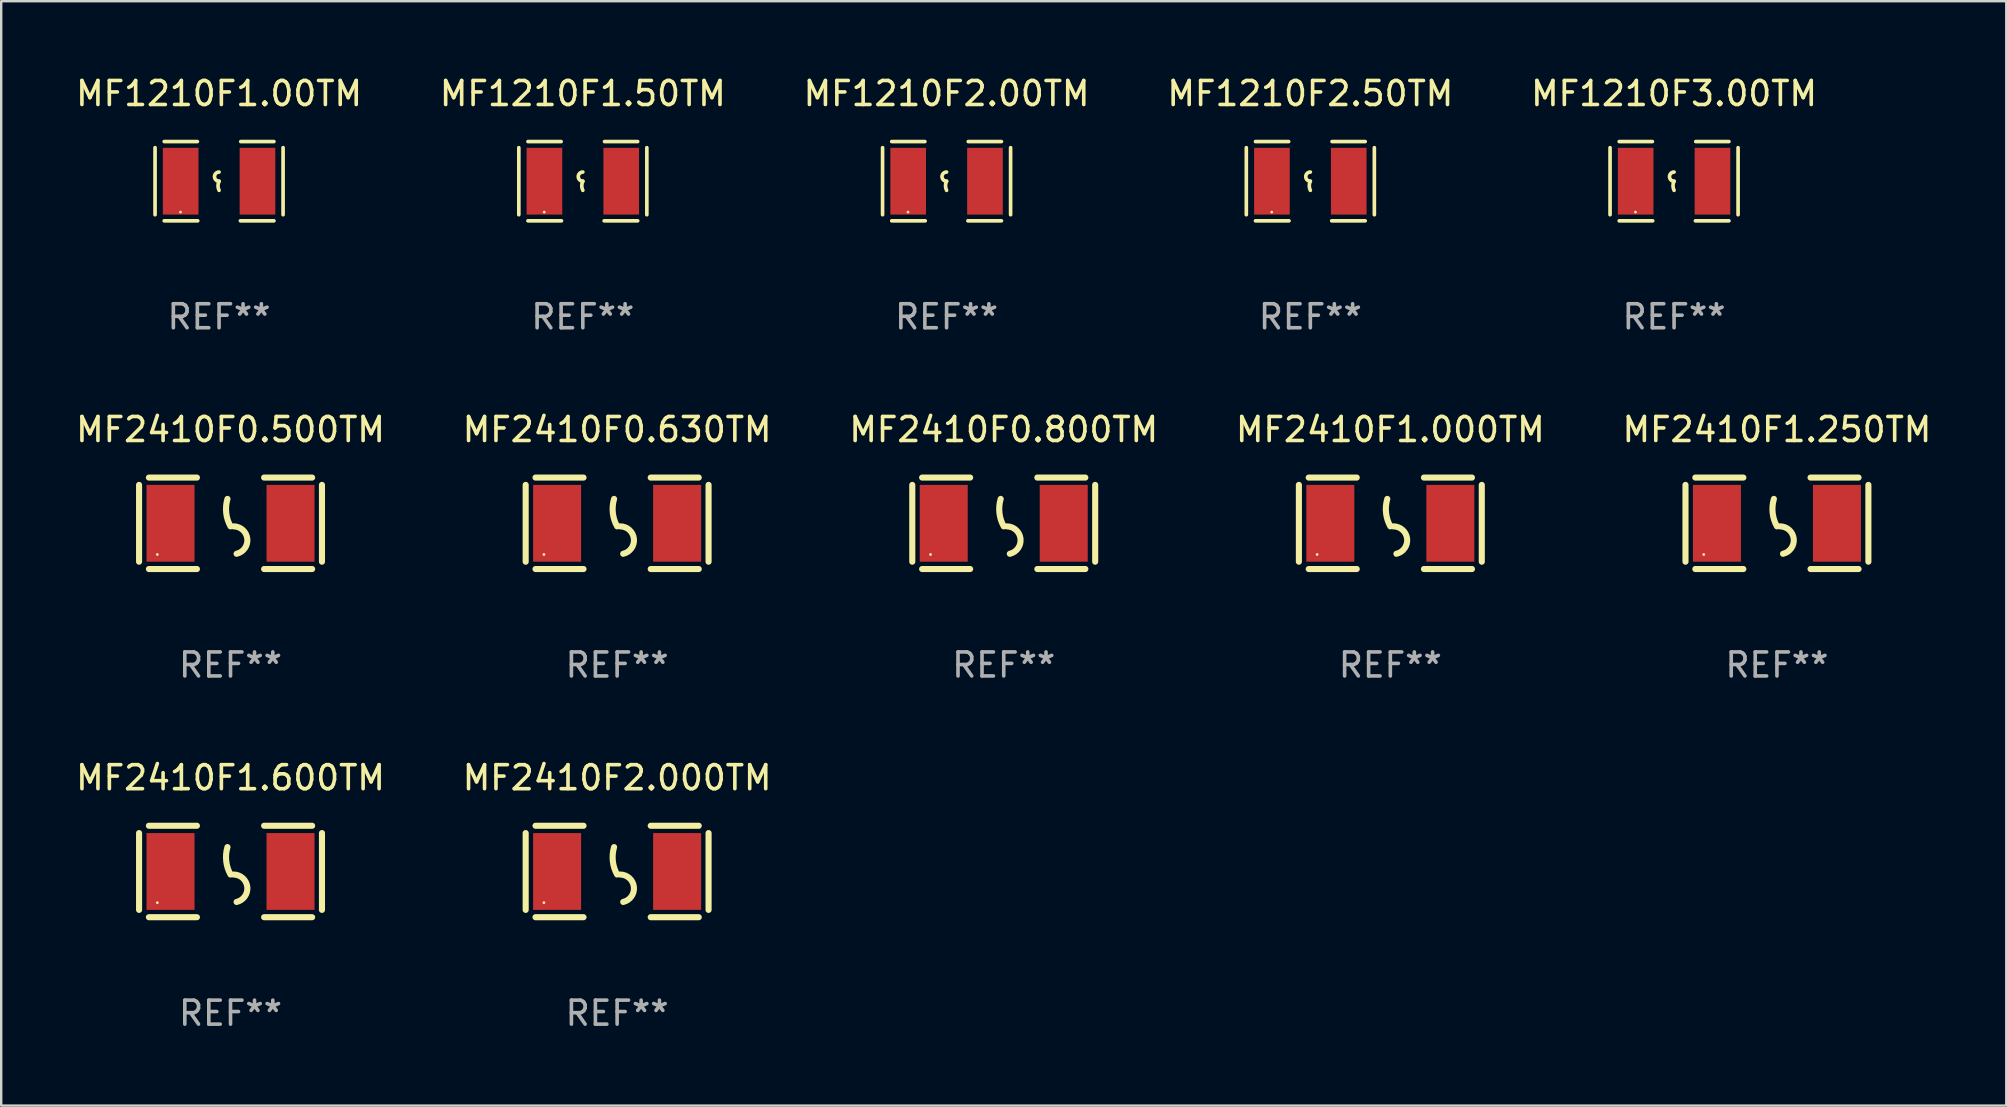
<source format=kicad_pcb>
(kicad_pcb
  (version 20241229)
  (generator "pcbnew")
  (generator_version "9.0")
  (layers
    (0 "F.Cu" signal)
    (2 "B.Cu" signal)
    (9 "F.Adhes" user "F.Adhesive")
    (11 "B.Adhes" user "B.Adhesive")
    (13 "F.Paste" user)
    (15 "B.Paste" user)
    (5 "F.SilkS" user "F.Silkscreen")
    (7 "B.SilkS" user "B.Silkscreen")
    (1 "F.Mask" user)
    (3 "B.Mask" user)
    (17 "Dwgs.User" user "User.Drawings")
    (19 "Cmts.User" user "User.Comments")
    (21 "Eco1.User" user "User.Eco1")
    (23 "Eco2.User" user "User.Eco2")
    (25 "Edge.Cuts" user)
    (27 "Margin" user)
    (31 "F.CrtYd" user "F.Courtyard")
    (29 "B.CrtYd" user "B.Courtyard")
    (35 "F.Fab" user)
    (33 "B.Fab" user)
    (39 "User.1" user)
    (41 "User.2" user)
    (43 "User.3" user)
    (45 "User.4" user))
  (footprint "MF2410F1.000TM"
    (layer "F.Cu")
    (at 54.875 18.752)
    (property "Reference" "MF2410F1.000TM" (at 0 -3.905 0) (layer "F.SilkS") (effects (font (size 1 1) (thickness 0.15))))
    (attr through_hole)
    (fp_line (start -3.81 -1.6) (end -3.81 1.6) (stroke (width 0.254) (type solid)) (layer "F.SilkS"))
    (fp_line (start -3.4 -1.905) (end -1.4 -1.905) (stroke (width 0.254) (type solid)) (layer "F.SilkS"))
    (fp_line (start -3.4 1.905) (end -1.4 1.905) (stroke (width 0.254) (type solid)) (layer "F.SilkS"))
    (fp_line (start 1.4 -1.905) (end 3.4 -1.905) (stroke (width 0.254) (type solid)) (layer "F.SilkS"))
    (fp_line (start 1.4 1.905) (end 3.4 1.905) (stroke (width 0.254) (type solid)) (layer "F.SilkS"))
    (fp_line (start 3.81 -1.6) (end 3.81 1.6) (stroke (width 0.254) (type solid)) (layer "F.SilkS"))
    (fp_arc (start 0 0.127) (mid -0.178599 -0.431712) (end -0.127 -1.016002) (stroke (width 0.254001) (type solid)) (layer "F.SilkS"))
    (fp_arc (start 0.126999 0.127) (mid 0.698883 0.642014) (end 0.254001 1.270003) (stroke (width 0.254001) (type solid)) (layer "F.SilkS"))
    (fp_circle (center -3.05 1.3) (end -3.02 1.3) (stroke (width 0.06) (type solid)) (fill no) (layer "F.SilkS"))
    (fp_text user "REF**" (at 0 5.905 0) (layer "F.Fab") (effects (font (size 1 1) (thickness 0.15))))
    (pad "1" smd rect (at -2.5 0) (size 2 3.2) (layers "F.Cu" "F.Mask" "F.Paste"))
    (pad "2" smd rect (at 2.5 0) (size 2 3.2) (layers "F.Cu" "F.Mask" "F.Paste")))
  (footprint "MF2410F0.630TM"
    (layer "F.Cu")
    (at 22.661 18.752)
    (property "Reference" "MF2410F0.630TM" (at 0 -3.905 0) (layer "F.SilkS") (effects (font (size 1 1) (thickness 0.15))))
    (attr through_hole)
    (fp_line (start -3.81 -1.6) (end -3.81 1.6) (stroke (width 0.254) (type solid)) (layer "F.SilkS"))
    (fp_line (start -3.4 -1.905) (end -1.4 -1.905) (stroke (width 0.254) (type solid)) (layer "F.SilkS"))
    (fp_line (start -3.4 1.905) (end -1.4 1.905) (stroke (width 0.254) (type solid)) (layer "F.SilkS"))
    (fp_line (start 1.4 -1.905) (end 3.4 -1.905) (stroke (width 0.254) (type solid)) (layer "F.SilkS"))
    (fp_line (start 1.4 1.905) (end 3.4 1.905) (stroke (width 0.254) (type solid)) (layer "F.SilkS"))
    (fp_line (start 3.81 -1.6) (end 3.81 1.6) (stroke (width 0.254) (type solid)) (layer "F.SilkS"))
    (fp_arc (start 0 0.127) (mid -0.178599 -0.431712) (end -0.127 -1.016002) (stroke (width 0.254001) (type solid)) (layer "F.SilkS"))
    (fp_arc (start 0.126999 0.127) (mid 0.698883 0.642014) (end 0.254001 1.270003) (stroke (width 0.254001) (type solid)) (layer "F.SilkS"))
    (fp_circle (center -3.05 1.3) (end -3.02 1.3) (stroke (width 0.06) (type solid)) (fill no) (layer "F.SilkS"))
    (fp_text user "REF**" (at 0 5.905 0) (layer "F.Fab") (effects (font (size 1 1) (thickness 0.15))))
    (pad "1" smd rect (at -2.5 0) (size 2 3.2) (layers "F.Cu" "F.Mask" "F.Paste"))
    (pad "2" smd rect (at 2.5 0) (size 2 3.2) (layers "F.Cu" "F.Mask" "F.Paste")))
  (footprint "MF1210F2.00TM"
    (layer "F.Cu")
    (at 36.387 4.499)
    (property "Reference" "MF1210F2.00TM" (at 0 -3.651 0) (layer "F.SilkS") (effects (font (size 1 1) (thickness 0.15))))
    (attr through_hole)
    (fp_line (start -2.667 -1.397) (end -2.667 1.397) (stroke (width 0.152) (type solid)) (layer "F.SilkS"))
    (fp_line (start -2.286 -1.651) (end -0.903 -1.651) (stroke (width 0.152) (type solid)) (layer "F.SilkS"))
    (fp_line (start -0.889 1.651) (end -2.286 1.651) (stroke (width 0.152) (type solid)) (layer "F.SilkS"))
    (fp_line (start 0.889 1.651) (end 2.286 1.651) (stroke (width 0.152) (type solid)) (layer "F.SilkS"))
    (fp_line (start 2.286 -1.651) (end 0.903 -1.651) (stroke (width 0.152) (type solid)) (layer "F.SilkS"))
    (fp_line (start 2.667 -1.397) (end 2.667 1.397) (stroke (width 0.152) (type solid)) (layer "F.SilkS"))
    (fp_arc (start 0 0) (mid -0.1905 -0.1905) (end 0 -0.381) (stroke (width 0.151994) (type solid)) (layer "F.SilkS"))
    (fp_arc (start 0 0.381001) (mid -0.044971 0.1905) (end 0 0) (stroke (width 0.151994) (type solid)) (layer "F.SilkS"))
    (fp_circle (center -1.608 1.288) (end -1.578 1.288) (stroke (width 0.06) (type solid)) (fill no) (layer "F.SilkS"))
    (fp_text user "REF**" (at 0 5.651 0) (layer "F.Fab") (effects (font (size 1 1) (thickness 0.15))))
    (pad "1" smd rect (at -1.6 0) (size 1.485 2.781) (layers "F.Cu" "F.Mask" "F.Paste"))
    (pad "2" smd rect (at 1.6 0) (size 1.485 2.781) (layers "F.Cu" "F.Mask" "F.Paste")))
  (footprint "MF1210F2.50TM"
    (layer "F.Cu")
    (at 51.542 4.499)
    (property "Reference" "MF1210F2.50TM" (at 0 -3.651 0) (layer "F.SilkS") (effects (font (size 1 1) (thickness 0.15))))
    (attr through_hole)
    (fp_line (start -2.667 -1.397) (end -2.667 1.397) (stroke (width 0.152) (type solid)) (layer "F.SilkS"))
    (fp_line (start -2.286 -1.651) (end -0.903 -1.651) (stroke (width 0.152) (type solid)) (layer "F.SilkS"))
    (fp_line (start -0.889 1.651) (end -2.286 1.651) (stroke (width 0.152) (type solid)) (layer "F.SilkS"))
    (fp_line (start 0.889 1.651) (end 2.286 1.651) (stroke (width 0.152) (type solid)) (layer "F.SilkS"))
    (fp_line (start 2.286 -1.651) (end 0.903 -1.651) (stroke (width 0.152) (type solid)) (layer "F.SilkS"))
    (fp_line (start 2.667 -1.397) (end 2.667 1.397) (stroke (width 0.152) (type solid)) (layer "F.SilkS"))
    (fp_arc (start 0 0) (mid -0.1905 -0.1905) (end 0 -0.381) (stroke (width 0.151994) (type solid)) (layer "F.SilkS"))
    (fp_arc (start 0 0.381001) (mid -0.044971 0.1905) (end 0 0) (stroke (width 0.151994) (type solid)) (layer "F.SilkS"))
    (fp_circle (center -1.608 1.288) (end -1.578 1.288) (stroke (width 0.06) (type solid)) (fill no) (layer "F.SilkS"))
    (fp_text user "REF**" (at 0 5.651 0) (layer "F.Fab") (effects (font (size 1 1) (thickness 0.15))))
    (pad "1" smd rect (at -1.6 0) (size 1.485 2.781) (layers "F.Cu" "F.Mask" "F.Paste"))
    (pad "2" smd rect (at 1.6 0) (size 1.485 2.781) (layers "F.Cu" "F.Mask" "F.Paste")))
  (footprint "MF1210F3.00TM"
    (layer "F.Cu")
    (at 66.696 4.499)
    (property "Reference" "MF1210F3.00TM" (at 0 -3.651 0) (layer "F.SilkS") (effects (font (size 1 1) (thickness 0.15))))
    (attr through_hole)
    (fp_line (start -2.667 -1.397) (end -2.667 1.397) (stroke (width 0.152) (type solid)) (layer "F.SilkS"))
    (fp_line (start -2.286 -1.651) (end -0.903 -1.651) (stroke (width 0.152) (type solid)) (layer "F.SilkS"))
    (fp_line (start -0.889 1.651) (end -2.286 1.651) (stroke (width 0.152) (type solid)) (layer "F.SilkS"))
    (fp_line (start 0.889 1.651) (end 2.286 1.651) (stroke (width 0.152) (type solid)) (layer "F.SilkS"))
    (fp_line (start 2.286 -1.651) (end 0.903 -1.651) (stroke (width 0.152) (type solid)) (layer "F.SilkS"))
    (fp_line (start 2.667 -1.397) (end 2.667 1.397) (stroke (width 0.152) (type solid)) (layer "F.SilkS"))
    (fp_arc (start 0 0) (mid -0.1905 -0.1905) (end 0 -0.381) (stroke (width 0.151994) (type solid)) (layer "F.SilkS"))
    (fp_arc (start 0 0.381001) (mid -0.044971 0.1905) (end 0 0) (stroke (width 0.151994) (type solid)) (layer "F.SilkS"))
    (fp_circle (center -1.608 1.288) (end -1.578 1.288) (stroke (width 0.06) (type solid)) (fill no) (layer "F.SilkS"))
    (fp_text user "REF**" (at 0 5.651 0) (layer "F.Fab") (effects (font (size 1 1) (thickness 0.15))))
    (pad "1" smd rect (at -1.6 0) (size 1.485 2.781) (layers "F.Cu" "F.Mask" "F.Paste"))
    (pad "2" smd rect (at 1.6 0) (size 1.485 2.781) (layers "F.Cu" "F.Mask" "F.Paste")))
  (footprint "MF1210F1.50TM"
    (layer "F.Cu")
    (at 21.232 4.499)
    (property "Reference" "MF1210F1.50TM" (at 0 -3.651 0) (layer "F.SilkS") (effects (font (size 1 1) (thickness 0.15))))
    (attr through_hole)
    (fp_line (start -2.667 -1.397) (end -2.667 1.397) (stroke (width 0.152) (type solid)) (layer "F.SilkS"))
    (fp_line (start -2.286 -1.651) (end -0.903 -1.651) (stroke (width 0.152) (type solid)) (layer "F.SilkS"))
    (fp_line (start -0.889 1.651) (end -2.286 1.651) (stroke (width 0.152) (type solid)) (layer "F.SilkS"))
    (fp_line (start 0.889 1.651) (end 2.286 1.651) (stroke (width 0.152) (type solid)) (layer "F.SilkS"))
    (fp_line (start 2.286 -1.651) (end 0.903 -1.651) (stroke (width 0.152) (type solid)) (layer "F.SilkS"))
    (fp_line (start 2.667 -1.397) (end 2.667 1.397) (stroke (width 0.152) (type solid)) (layer "F.SilkS"))
    (fp_arc (start 0 0) (mid -0.1905 -0.1905) (end 0 -0.381) (stroke (width 0.151994) (type solid)) (layer "F.SilkS"))
    (fp_arc (start 0 0.381001) (mid -0.044971 0.1905) (end 0 0) (stroke (width 0.151994) (type solid)) (layer "F.SilkS"))
    (fp_circle (center -1.608 1.288) (end -1.578 1.288) (stroke (width 0.06) (type solid)) (fill no) (layer "F.SilkS"))
    (fp_text user "REF**" (at 0 5.651 0) (layer "F.Fab") (effects (font (size 1 1) (thickness 0.15))))
    (pad "1" smd rect (at -1.6 0) (size 1.485 2.781) (layers "F.Cu" "F.Mask" "F.Paste"))
    (pad "2" smd rect (at 1.6 0) (size 1.485 2.781) (layers "F.Cu" "F.Mask" "F.Paste")))
  (footprint "MF2410F1.250TM"
    (layer "F.Cu")
    (at 70.982 18.752)
    (property "Reference" "MF2410F1.250TM" (at 0 -3.905 0) (layer "F.SilkS") (effects (font (size 1 1) (thickness 0.15))))
    (attr through_hole)
    (fp_line (start -3.81 -1.6) (end -3.81 1.6) (stroke (width 0.254) (type solid)) (layer "F.SilkS"))
    (fp_line (start -3.4 -1.905) (end -1.4 -1.905) (stroke (width 0.254) (type solid)) (layer "F.SilkS"))
    (fp_line (start -3.4 1.905) (end -1.4 1.905) (stroke (width 0.254) (type solid)) (layer "F.SilkS"))
    (fp_line (start 1.4 -1.905) (end 3.4 -1.905) (stroke (width 0.254) (type solid)) (layer "F.SilkS"))
    (fp_line (start 1.4 1.905) (end 3.4 1.905) (stroke (width 0.254) (type solid)) (layer "F.SilkS"))
    (fp_line (start 3.81 -1.6) (end 3.81 1.6) (stroke (width 0.254) (type solid)) (layer "F.SilkS"))
    (fp_arc (start 0 0.127) (mid -0.178599 -0.431712) (end -0.127 -1.016002) (stroke (width 0.254001) (type solid)) (layer "F.SilkS"))
    (fp_arc (start 0.126999 0.127) (mid 0.698883 0.642014) (end 0.254001 1.270003) (stroke (width 0.254001) (type solid)) (layer "F.SilkS"))
    (fp_circle (center -3.05 1.3) (end -3.02 1.3) (stroke (width 0.06) (type solid)) (fill no) (layer "F.SilkS"))
    (fp_text user "REF**" (at 0 5.905 0) (layer "F.Fab") (effects (font (size 1 1) (thickness 0.15))))
    (pad "1" smd rect (at -2.5 0) (size 2 3.2) (layers "F.Cu" "F.Mask" "F.Paste"))
    (pad "2" smd rect (at 2.5 0) (size 2 3.2) (layers "F.Cu" "F.Mask" "F.Paste")))
  (footprint "MF2410F2.000TM"
    (layer "F.Cu")
    (at 22.661 33.258)
    (property "Reference" "MF2410F2.000TM" (at 0 -3.905 0) (layer "F.SilkS") (effects (font (size 1 1) (thickness 0.15))))
    (attr through_hole)
    (fp_line (start -3.81 -1.6) (end -3.81 1.6) (stroke (width 0.254) (type solid)) (layer "F.SilkS"))
    (fp_line (start -3.4 -1.905) (end -1.4 -1.905) (stroke (width 0.254) (type solid)) (layer "F.SilkS"))
    (fp_line (start -3.4 1.905) (end -1.4 1.905) (stroke (width 0.254) (type solid)) (layer "F.SilkS"))
    (fp_line (start 1.4 -1.905) (end 3.4 -1.905) (stroke (width 0.254) (type solid)) (layer "F.SilkS"))
    (fp_line (start 1.4 1.905) (end 3.4 1.905) (stroke (width 0.254) (type solid)) (layer "F.SilkS"))
    (fp_line (start 3.81 -1.6) (end 3.81 1.6) (stroke (width 0.254) (type solid)) (layer "F.SilkS"))
    (fp_arc (start 0 0.127) (mid -0.178599 -0.431712) (end -0.127 -1.016002) (stroke (width 0.254001) (type solid)) (layer "F.SilkS"))
    (fp_arc (start 0.126999 0.127) (mid 0.698883 0.642014) (end 0.254001 1.270003) (stroke (width 0.254001) (type solid)) (layer "F.SilkS"))
    (fp_circle (center -3.05 1.3) (end -3.02 1.3) (stroke (width 0.06) (type solid)) (fill no) (layer "F.SilkS"))
    (fp_text user "REF**" (at 0 5.905 0) (layer "F.Fab") (effects (font (size 1 1) (thickness 0.15))))
    (pad "1" smd rect (at -2.5 0) (size 2 3.2) (layers "F.Cu" "F.Mask" "F.Paste"))
    (pad "2" smd rect (at 2.5 0) (size 2 3.2) (layers "F.Cu" "F.Mask" "F.Paste")))
  (footprint "MF2410F0.500TM"
    (layer "F.Cu")
    (at 6.554 18.752)
    (property "Reference" "MF2410F0.500TM" (at 0 -3.905 0) (layer "F.SilkS") (effects (font (size 1 1) (thickness 0.15))))
    (attr through_hole)
    (fp_line (start -3.81 -1.6) (end -3.81 1.6) (stroke (width 0.254) (type solid)) (layer "F.SilkS"))
    (fp_line (start -3.4 -1.905) (end -1.4 -1.905) (stroke (width 0.254) (type solid)) (layer "F.SilkS"))
    (fp_line (start -3.4 1.905) (end -1.4 1.905) (stroke (width 0.254) (type solid)) (layer "F.SilkS"))
    (fp_line (start 1.4 -1.905) (end 3.4 -1.905) (stroke (width 0.254) (type solid)) (layer "F.SilkS"))
    (fp_line (start 1.4 1.905) (end 3.4 1.905) (stroke (width 0.254) (type solid)) (layer "F.SilkS"))
    (fp_line (start 3.81 -1.6) (end 3.81 1.6) (stroke (width 0.254) (type solid)) (layer "F.SilkS"))
    (fp_arc (start 0 0.127) (mid -0.178599 -0.431712) (end -0.127 -1.016002) (stroke (width 0.254001) (type solid)) (layer "F.SilkS"))
    (fp_arc (start 0.126999 0.127) (mid 0.698883 0.642014) (end 0.254001 1.270003) (stroke (width 0.254001) (type solid)) (layer "F.SilkS"))
    (fp_circle (center -3.05 1.3) (end -3.02 1.3) (stroke (width 0.06) (type solid)) (fill no) (layer "F.SilkS"))
    (fp_text user "REF**" (at 0 5.905 0) (layer "F.Fab") (effects (font (size 1 1) (thickness 0.15))))
    (pad "1" smd rect (at -2.5 0) (size 2 3.2) (layers "F.Cu" "F.Mask" "F.Paste"))
    (pad "2" smd rect (at 2.5 0) (size 2 3.2) (layers "F.Cu" "F.Mask" "F.Paste")))
  (footprint "MF1210F1.00TM"
    (layer "F.Cu")
    (at 6.077 4.499)
    (property "Reference" "MF1210F1.00TM" (at 0 -3.651 0) (layer "F.SilkS") (effects (font (size 1 1) (thickness 0.15))))
    (attr through_hole)
    (fp_line (start -2.667 -1.397) (end -2.667 1.397) (stroke (width 0.152) (type solid)) (layer "F.SilkS"))
    (fp_line (start -2.286 -1.651) (end -0.903 -1.651) (stroke (width 0.152) (type solid)) (layer "F.SilkS"))
    (fp_line (start -0.889 1.651) (end -2.286 1.651) (stroke (width 0.152) (type solid)) (layer "F.SilkS"))
    (fp_line (start 0.889 1.651) (end 2.286 1.651) (stroke (width 0.152) (type solid)) (layer "F.SilkS"))
    (fp_line (start 2.286 -1.651) (end 0.903 -1.651) (stroke (width 0.152) (type solid)) (layer "F.SilkS"))
    (fp_line (start 2.667 -1.397) (end 2.667 1.397) (stroke (width 0.152) (type solid)) (layer "F.SilkS"))
    (fp_arc (start 0 0) (mid -0.1905 -0.1905) (end 0 -0.381) (stroke (width 0.151994) (type solid)) (layer "F.SilkS"))
    (fp_arc (start 0 0.381001) (mid -0.044971 0.1905) (end 0 0) (stroke (width 0.151994) (type solid)) (layer "F.SilkS"))
    (fp_circle (center -1.608 1.288) (end -1.578 1.288) (stroke (width 0.06) (type solid)) (fill no) (layer "F.SilkS"))
    (fp_text user "REF**" (at 0 5.651 0) (layer "F.Fab") (effects (font (size 1 1) (thickness 0.15))))
    (pad "1" smd rect (at -1.6 0) (size 1.485 2.781) (layers "F.Cu" "F.Mask" "F.Paste"))
    (pad "2" smd rect (at 1.6 0) (size 1.485 2.781) (layers "F.Cu" "F.Mask" "F.Paste")))
  (footprint "MF2410F0.800TM"
    (layer "F.Cu")
    (at 38.768 18.752)
    (property "Reference" "MF2410F0.800TM" (at 0 -3.905 0) (layer "F.SilkS") (effects (font (size 1 1) (thickness 0.15))))
    (attr through_hole)
    (fp_line (start -3.81 -1.6) (end -3.81 1.6) (stroke (width 0.254) (type solid)) (layer "F.SilkS"))
    (fp_line (start -3.4 -1.905) (end -1.4 -1.905) (stroke (width 0.254) (type solid)) (layer "F.SilkS"))
    (fp_line (start -3.4 1.905) (end -1.4 1.905) (stroke (width 0.254) (type solid)) (layer "F.SilkS"))
    (fp_line (start 1.4 -1.905) (end 3.4 -1.905) (stroke (width 0.254) (type solid)) (layer "F.SilkS"))
    (fp_line (start 1.4 1.905) (end 3.4 1.905) (stroke (width 0.254) (type solid)) (layer "F.SilkS"))
    (fp_line (start 3.81 -1.6) (end 3.81 1.6) (stroke (width 0.254) (type solid)) (layer "F.SilkS"))
    (fp_arc (start 0 0.127) (mid -0.178599 -0.431712) (end -0.127 -1.016002) (stroke (width 0.254001) (type solid)) (layer "F.SilkS"))
    (fp_arc (start 0.126999 0.127) (mid 0.698883 0.642014) (end 0.254001 1.270003) (stroke (width 0.254001) (type solid)) (layer "F.SilkS"))
    (fp_circle (center -3.05 1.3) (end -3.02 1.3) (stroke (width 0.06) (type solid)) (fill no) (layer "F.SilkS"))
    (fp_text user "REF**" (at 0 5.905 0) (layer "F.Fab") (effects (font (size 1 1) (thickness 0.15))))
    (pad "1" smd rect (at -2.5 0) (size 2 3.2) (layers "F.Cu" "F.Mask" "F.Paste"))
    (pad "2" smd rect (at 2.5 0) (size 2 3.2) (layers "F.Cu" "F.Mask" "F.Paste")))
  (footprint "MF2410F1.600TM"
    (layer "F.Cu")
    (at 6.554 33.258)
    (property "Reference" "MF2410F1.600TM" (at 0 -3.905 0) (layer "F.SilkS") (effects (font (size 1 1) (thickness 0.15))))
    (attr through_hole)
    (fp_line (start -3.81 -1.6) (end -3.81 1.6) (stroke (width 0.254) (type solid)) (layer "F.SilkS"))
    (fp_line (start -3.4 -1.905) (end -1.4 -1.905) (stroke (width 0.254) (type solid)) (layer "F.SilkS"))
    (fp_line (start -3.4 1.905) (end -1.4 1.905) (stroke (width 0.254) (type solid)) (layer "F.SilkS"))
    (fp_line (start 1.4 -1.905) (end 3.4 -1.905) (stroke (width 0.254) (type solid)) (layer "F.SilkS"))
    (fp_line (start 1.4 1.905) (end 3.4 1.905) (stroke (width 0.254) (type solid)) (layer "F.SilkS"))
    (fp_line (start 3.81 -1.6) (end 3.81 1.6) (stroke (width 0.254) (type solid)) (layer "F.SilkS"))
    (fp_arc (start 0 0.127) (mid -0.178599 -0.431712) (end -0.127 -1.016002) (stroke (width 0.254001) (type solid)) (layer "F.SilkS"))
    (fp_arc (start 0.126999 0.127) (mid 0.698883 0.642014) (end 0.254001 1.270003) (stroke (width 0.254001) (type solid)) (layer "F.SilkS"))
    (fp_circle (center -3.05 1.3) (end -3.02 1.3) (stroke (width 0.06) (type solid)) (fill no) (layer "F.SilkS"))
    (fp_text user "REF**" (at 0 5.905 0) (layer "F.Fab") (effects (font (size 1 1) (thickness 0.15))))
    (pad "1" smd rect (at -2.5 0) (size 2 3.2) (layers "F.Cu" "F.Mask" "F.Paste"))
    (pad "2" smd rect (at 2.5 0) (size 2 3.2) (layers "F.Cu" "F.Mask" "F.Paste")))
  (gr_rect
    (start -3 -3)
    (end 80.536 43.012)
    (stroke (width 0.1) (type default))
    (fill no)
    (layer "Edge.Cuts")))
</source>
